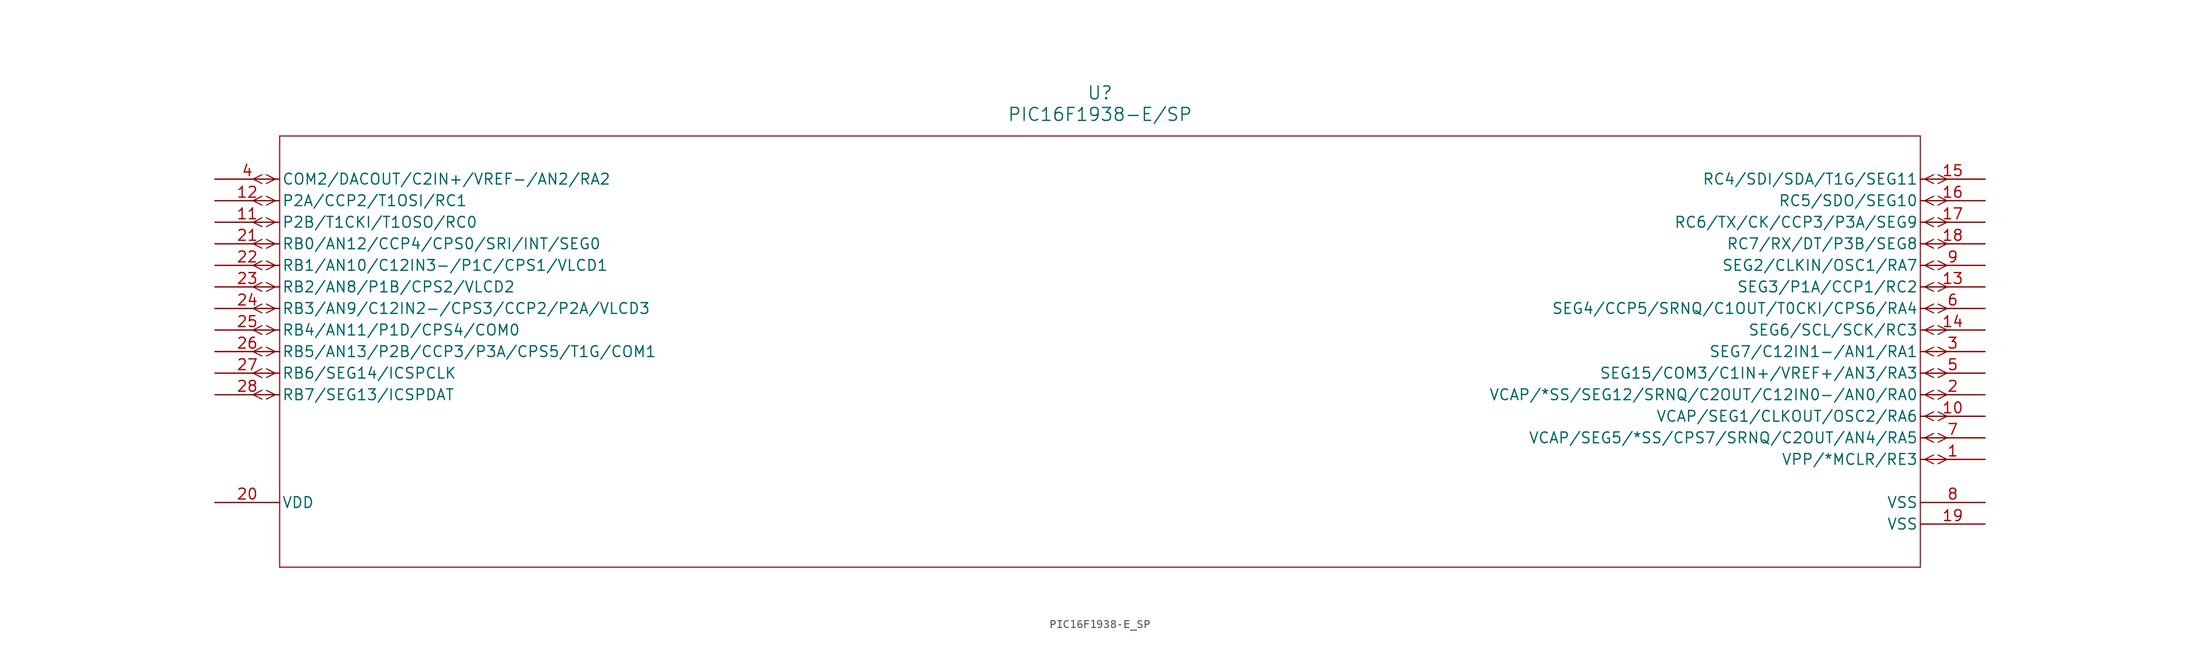
<source format=kicad_sym>
(kicad_symbol_lib
  (version 20211014)
  (generator kicad_symbol_editor)
  (symbol "PIC16F1938-E_SP"
    (pin_names
      (offset 0.254))
    (property "Reference" "U"
      (at 104.14 10.16 0)
      (effects (font (size 1.524 1.524))))
    (property "Value" "PIC16F1938-E/SP"
      (at 104.14 7.62 0)
      (effects (font (size 1.524 1.524))))
    (symbol "PIC16F1938-E_SP_0_1"
      (polyline (pts (xy 7.099 0) (xy 6.058 0.521)) (stroke (width 0.127) (type default) (color 0 0 0 0)) (fill (type none)))
      (polyline (pts (xy 7.099 0) (xy 6.058 -0.521)) (stroke (width 0.127) (type default) (color 0 0 0 0)) (fill (type none)))
      (polyline (pts (xy 5.537 0.521) (xy 4.496 0)) (stroke (width 0.127) (type default) (color 0 0 0 0)) (fill (type none)))
      (polyline (pts (xy 5.537 -0.521) (xy 4.496 0)) (stroke (width 0.127) (type default) (color 0 0 0 0)) (fill (type none)))
      (polyline (pts (xy 7.099 -2.54) (xy 6.058 -2.019)) (stroke (width 0.127) (type default) (color 0 0 0 0)) (fill (type none)))
      (polyline (pts (xy 7.099 -2.54) (xy 6.058 -3.061)) (stroke (width 0.127) (type default) (color 0 0 0 0)) (fill (type none)))
      (polyline (pts (xy 5.537 -2.019) (xy 4.496 -2.54)) (stroke (width 0.127) (type default) (color 0 0 0 0)) (fill (type none)))
      (polyline (pts (xy 5.537 -3.061) (xy 4.496 -2.54)) (stroke (width 0.127) (type default) (color 0 0 0 0)) (fill (type none)))
      (polyline (pts (xy 7.099 -5.08) (xy 6.058 -4.559)) (stroke (width 0.127) (type default) (color 0 0 0 0)) (fill (type none)))
      (polyline (pts (xy 7.099 -5.08) (xy 6.058 -5.601)) (stroke (width 0.127) (type default) (color 0 0 0 0)) (fill (type none)))
      (polyline (pts (xy 5.537 -4.559) (xy 4.496 -5.08)) (stroke (width 0.127) (type default) (color 0 0 0 0)) (fill (type none)))
      (polyline (pts (xy 5.537 -5.601) (xy 4.496 -5.08)) (stroke (width 0.127) (type default) (color 0 0 0 0)) (fill (type none)))
      (polyline (pts (xy 7.099 -7.62) (xy 6.058 -7.099)) (stroke (width 0.127) (type default) (color 0 0 0 0)) (fill (type none)))
      (polyline (pts (xy 7.099 -7.62) (xy 6.058 -8.141)) (stroke (width 0.127) (type default) (color 0 0 0 0)) (fill (type none)))
      (polyline (pts (xy 5.537 -7.099) (xy 4.496 -7.62)) (stroke (width 0.127) (type default) (color 0 0 0 0)) (fill (type none)))
      (polyline (pts (xy 5.537 -8.141) (xy 4.496 -7.62)) (stroke (width 0.127) (type default) (color 0 0 0 0)) (fill (type none)))
      (polyline (pts (xy 7.099 -10.16) (xy 6.058 -9.639)) (stroke (width 0.127) (type default) (color 0 0 0 0)) (fill (type none)))
      (polyline (pts (xy 7.099 -10.16) (xy 6.058 -10.681)) (stroke (width 0.127) (type default) (color 0 0 0 0)) (fill (type none)))
      (polyline (pts (xy 5.537 -9.639) (xy 4.496 -10.16)) (stroke (width 0.127) (type default) (color 0 0 0 0)) (fill (type none)))
      (polyline (pts (xy 5.537 -10.681) (xy 4.496 -10.16)) (stroke (width 0.127) (type default) (color 0 0 0 0)) (fill (type none)))
      (polyline (pts (xy 7.099 -12.7) (xy 6.058 -12.179)) (stroke (width 0.127) (type default) (color 0 0 0 0)) (fill (type none)))
      (polyline (pts (xy 7.099 -12.7) (xy 6.058 -13.221)) (stroke (width 0.127) (type default) (color 0 0 0 0)) (fill (type none)))
      (polyline (pts (xy 5.537 -12.179) (xy 4.496 -12.7)) (stroke (width 0.127) (type default) (color 0 0 0 0)) (fill (type none)))
      (polyline (pts (xy 5.537 -13.221) (xy 4.496 -12.7)) (stroke (width 0.127) (type default) (color 0 0 0 0)) (fill (type none)))
      (polyline (pts (xy 7.099 -15.24) (xy 6.058 -14.719)) (stroke (width 0.127) (type default) (color 0 0 0 0)) (fill (type none)))
      (polyline (pts (xy 7.099 -15.24) (xy 6.058 -15.761)) (stroke (width 0.127) (type default) (color 0 0 0 0)) (fill (type none)))
      (polyline (pts (xy 5.537 -14.719) (xy 4.496 -15.24)) (stroke (width 0.127) (type default) (color 0 0 0 0)) (fill (type none)))
      (polyline (pts (xy 5.537 -15.761) (xy 4.496 -15.24)) (stroke (width 0.127) (type default) (color 0 0 0 0)) (fill (type none)))
      (polyline (pts (xy 7.099 -17.78) (xy 6.058 -17.259)) (stroke (width 0.127) (type default) (color 0 0 0 0)) (fill (type none)))
      (polyline (pts (xy 7.099 -17.78) (xy 6.058 -18.301)) (stroke (width 0.127) (type default) (color 0 0 0 0)) (fill (type none)))
      (polyline (pts (xy 5.537 -17.259) (xy 4.496 -17.78)) (stroke (width 0.127) (type default) (color 0 0 0 0)) (fill (type none)))
      (polyline (pts (xy 5.537 -18.301) (xy 4.496 -17.78)) (stroke (width 0.127) (type default) (color 0 0 0 0)) (fill (type none)))
      (polyline (pts (xy 7.099 -20.32) (xy 6.058 -19.799)) (stroke (width 0.127) (type default) (color 0 0 0 0)) (fill (type none)))
      (polyline (pts (xy 7.099 -20.32) (xy 6.058 -20.841)) (stroke (width 0.127) (type default) (color 0 0 0 0)) (fill (type none)))
      (polyline (pts (xy 5.537 -19.799) (xy 4.496 -20.32)) (stroke (width 0.127) (type default) (color 0 0 0 0)) (fill (type none)))
      (polyline (pts (xy 5.537 -20.841) (xy 4.496 -20.32)) (stroke (width 0.127) (type default) (color 0 0 0 0)) (fill (type none)))
      (polyline (pts (xy 7.099 -22.86) (xy 6.058 -22.339)) (stroke (width 0.127) (type default) (color 0 0 0 0)) (fill (type none)))
      (polyline (pts (xy 7.099 -22.86) (xy 6.058 -23.381)) (stroke (width 0.127) (type default) (color 0 0 0 0)) (fill (type none)))
      (polyline (pts (xy 5.537 -22.339) (xy 4.496 -22.86)) (stroke (width 0.127) (type default) (color 0 0 0 0)) (fill (type none)))
      (polyline (pts (xy 5.537 -23.381) (xy 4.496 -22.86)) (stroke (width 0.127) (type default) (color 0 0 0 0)) (fill (type none)))
      (polyline (pts (xy 7.099 -25.4) (xy 6.058 -24.879)) (stroke (width 0.127) (type default) (color 0 0 0 0)) (fill (type none)))
      (polyline (pts (xy 7.099 -25.4) (xy 6.058 -25.921)) (stroke (width 0.127) (type default) (color 0 0 0 0)) (fill (type none)))
      (polyline (pts (xy 5.537 -24.879) (xy 4.496 -25.4)) (stroke (width 0.127) (type default) (color 0 0 0 0)) (fill (type none)))
      (polyline (pts (xy 5.537 -25.921) (xy 4.496 -25.4)) (stroke (width 0.127) (type default) (color 0 0 0 0)) (fill (type none)))
      (polyline (pts (xy 201.181 0) (xy 202.222 0.521)) (stroke (width 0.127) (type default) (color 0 0 0 0)) (fill (type none)))
      (polyline (pts (xy 201.181 0) (xy 202.222 -0.521)) (stroke (width 0.127) (type default) (color 0 0 0 0)) (fill (type none)))
      (polyline (pts (xy 202.743 0.521) (xy 203.784 0)) (stroke (width 0.127) (type default) (color 0 0 0 0)) (fill (type none)))
      (polyline (pts (xy 202.743 -0.521) (xy 203.784 0)) (stroke (width 0.127) (type default) (color 0 0 0 0)) (fill (type none)))
      (polyline (pts (xy 201.181 -2.54) (xy 202.222 -2.019)) (stroke (width 0.127) (type default) (color 0 0 0 0)) (fill (type none)))
      (polyline (pts (xy 201.181 -2.54) (xy 202.222 -3.061)) (stroke (width 0.127) (type default) (color 0 0 0 0)) (fill (type none)))
      (polyline (pts (xy 202.743 -2.019) (xy 203.784 -2.54)) (stroke (width 0.127) (type default) (color 0 0 0 0)) (fill (type none)))
      (polyline (pts (xy 202.743 -3.061) (xy 203.784 -2.54)) (stroke (width 0.127) (type default) (color 0 0 0 0)) (fill (type none)))
      (polyline (pts (xy 201.181 -5.08) (xy 202.222 -4.559)) (stroke (width 0.127) (type default) (color 0 0 0 0)) (fill (type none)))
      (polyline (pts (xy 201.181 -5.08) (xy 202.222 -5.601)) (stroke (width 0.127) (type default) (color 0 0 0 0)) (fill (type none)))
      (polyline (pts (xy 202.743 -4.559) (xy 203.784 -5.08)) (stroke (width 0.127) (type default) (color 0 0 0 0)) (fill (type none)))
      (polyline (pts (xy 202.743 -5.601) (xy 203.784 -5.08)) (stroke (width 0.127) (type default) (color 0 0 0 0)) (fill (type none)))
      (polyline (pts (xy 201.181 -7.62) (xy 202.222 -7.099)) (stroke (width 0.127) (type default) (color 0 0 0 0)) (fill (type none)))
      (polyline (pts (xy 201.181 -7.62) (xy 202.222 -8.141)) (stroke (width 0.127) (type default) (color 0 0 0 0)) (fill (type none)))
      (polyline (pts (xy 202.743 -7.099) (xy 203.784 -7.62)) (stroke (width 0.127) (type default) (color 0 0 0 0)) (fill (type none)))
      (polyline (pts (xy 202.743 -8.141) (xy 203.784 -7.62)) (stroke (width 0.127) (type default) (color 0 0 0 0)) (fill (type none)))
      (polyline (pts (xy 201.181 -10.16) (xy 202.222 -9.639)) (stroke (width 0.127) (type default) (color 0 0 0 0)) (fill (type none)))
      (polyline (pts (xy 201.181 -10.16) (xy 202.222 -10.681)) (stroke (width 0.127) (type default) (color 0 0 0 0)) (fill (type none)))
      (polyline (pts (xy 202.743 -9.639) (xy 203.784 -10.16)) (stroke (width 0.127) (type default) (color 0 0 0 0)) (fill (type none)))
      (polyline (pts (xy 202.743 -10.681) (xy 203.784 -10.16)) (stroke (width 0.127) (type default) (color 0 0 0 0)) (fill (type none)))
      (polyline (pts (xy 201.181 -12.7) (xy 202.222 -12.179)) (stroke (width 0.127) (type default) (color 0 0 0 0)) (fill (type none)))
      (polyline (pts (xy 201.181 -12.7) (xy 202.222 -13.221)) (stroke (width 0.127) (type default) (color 0 0 0 0)) (fill (type none)))
      (polyline (pts (xy 202.743 -12.179) (xy 203.784 -12.7)) (stroke (width 0.127) (type default) (color 0 0 0 0)) (fill (type none)))
      (polyline (pts (xy 202.743 -13.221) (xy 203.784 -12.7)) (stroke (width 0.127) (type default) (color 0 0 0 0)) (fill (type none)))
      (polyline (pts (xy 201.181 -15.24) (xy 202.222 -14.719)) (stroke (width 0.127) (type default) (color 0 0 0 0)) (fill (type none)))
      (polyline (pts (xy 201.181 -15.24) (xy 202.222 -15.761)) (stroke (width 0.127) (type default) (color 0 0 0 0)) (fill (type none)))
      (polyline (pts (xy 202.743 -14.719) (xy 203.784 -15.24)) (stroke (width 0.127) (type default) (color 0 0 0 0)) (fill (type none)))
      (polyline (pts (xy 202.743 -15.761) (xy 203.784 -15.24)) (stroke (width 0.127) (type default) (color 0 0 0 0)) (fill (type none)))
      (polyline (pts (xy 201.181 -17.78) (xy 202.222 -17.259)) (stroke (width 0.127) (type default) (color 0 0 0 0)) (fill (type none)))
      (polyline (pts (xy 201.181 -17.78) (xy 202.222 -18.301)) (stroke (width 0.127) (type default) (color 0 0 0 0)) (fill (type none)))
      (polyline (pts (xy 202.743 -17.259) (xy 203.784 -17.78)) (stroke (width 0.127) (type default) (color 0 0 0 0)) (fill (type none)))
      (polyline (pts (xy 202.743 -18.301) (xy 203.784 -17.78)) (stroke (width 0.127) (type default) (color 0 0 0 0)) (fill (type none)))
      (polyline (pts (xy 201.181 -20.32) (xy 202.222 -19.799)) (stroke (width 0.127) (type default) (color 0 0 0 0)) (fill (type none)))
      (polyline (pts (xy 201.181 -20.32) (xy 202.222 -20.841)) (stroke (width 0.127) (type default) (color 0 0 0 0)) (fill (type none)))
      (polyline (pts (xy 202.743 -19.799) (xy 203.784 -20.32)) (stroke (width 0.127) (type default) (color 0 0 0 0)) (fill (type none)))
      (polyline (pts (xy 202.743 -20.841) (xy 203.784 -20.32)) (stroke (width 0.127) (type default) (color 0 0 0 0)) (fill (type none)))
      (polyline (pts (xy 201.181 -22.86) (xy 202.222 -22.339)) (stroke (width 0.127) (type default) (color 0 0 0 0)) (fill (type none)))
      (polyline (pts (xy 201.181 -22.86) (xy 202.222 -23.381)) (stroke (width 0.127) (type default) (color 0 0 0 0)) (fill (type none)))
      (polyline (pts (xy 202.743 -22.339) (xy 203.784 -22.86)) (stroke (width 0.127) (type default) (color 0 0 0 0)) (fill (type none)))
      (polyline (pts (xy 202.743 -23.381) (xy 203.784 -22.86)) (stroke (width 0.127) (type default) (color 0 0 0 0)) (fill (type none)))
      (polyline (pts (xy 201.181 -25.4) (xy 202.222 -24.879)) (stroke (width 0.127) (type default) (color 0 0 0 0)) (fill (type none)))
      (polyline (pts (xy 201.181 -25.4) (xy 202.222 -25.921)) (stroke (width 0.127) (type default) (color 0 0 0 0)) (fill (type none)))
      (polyline (pts (xy 202.743 -24.879) (xy 203.784 -25.4)) (stroke (width 0.127) (type default) (color 0 0 0 0)) (fill (type none)))
      (polyline (pts (xy 202.743 -25.921) (xy 203.784 -25.4)) (stroke (width 0.127) (type default) (color 0 0 0 0)) (fill (type none)))
      (polyline (pts (xy 201.181 -27.94) (xy 202.222 -27.419)) (stroke (width 0.127) (type default) (color 0 0 0 0)) (fill (type none)))
      (polyline (pts (xy 201.181 -27.94) (xy 202.222 -28.461)) (stroke (width 0.127) (type default) (color 0 0 0 0)) (fill (type none)))
      (polyline (pts (xy 202.743 -27.419) (xy 203.784 -27.94)) (stroke (width 0.127) (type default) (color 0 0 0 0)) (fill (type none)))
      (polyline (pts (xy 202.743 -28.461) (xy 203.784 -27.94)) (stroke (width 0.127) (type default) (color 0 0 0 0)) (fill (type none)))
      (polyline (pts (xy 201.181 -30.48) (xy 202.222 -29.959)) (stroke (width 0.127) (type default) (color 0 0 0 0)) (fill (type none)))
      (polyline (pts (xy 201.181 -30.48) (xy 202.222 -31.001)) (stroke (width 0.127) (type default) (color 0 0 0 0)) (fill (type none)))
      (polyline (pts (xy 202.743 -29.959) (xy 203.784 -30.48)) (stroke (width 0.127) (type default) (color 0 0 0 0)) (fill (type none)))
      (polyline (pts (xy 202.743 -31.001) (xy 203.784 -30.48)) (stroke (width 0.127) (type default) (color 0 0 0 0)) (fill (type none)))
      (polyline (pts (xy 201.181 -33.02) (xy 202.222 -32.499)) (stroke (width 0.127) (type default) (color 0 0 0 0)) (fill (type none)))
      (polyline (pts (xy 201.181 -33.02) (xy 202.222 -33.541)) (stroke (width 0.127) (type default) (color 0 0 0 0)) (fill (type none)))
      (polyline (pts (xy 202.743 -32.499) (xy 203.784 -33.02)) (stroke (width 0.127) (type default) (color 0 0 0 0)) (fill (type none)))
      (polyline (pts (xy 202.743 -33.541) (xy 203.784 -33.02)) (stroke (width 0.127) (type default) (color 0 0 0 0)) (fill (type none)))
      (polyline (pts (xy 7.62 5.08) (xy 7.62 -45.72)) (stroke (width 0.127) (type default) (color 0 0 0 0)) (fill (type none)))
      (polyline (pts (xy 7.62 -45.72) (xy 200.66 -45.72)) (stroke (width 0.127) (type default) (color 0 0 0 0)) (fill (type none)))
      (polyline (pts (xy 200.66 -45.72) (xy 200.66 5.08)) (stroke (width 0.127) (type default) (color 0 0 0 0)) (fill (type none)))
      (polyline (pts (xy 200.66 5.08) (xy 7.62 5.08)) (stroke (width 0.127) (type default) (color 0 0 0 0)) (fill (type none)))
      (pin bidirectional line (at 0 0 0) (length 7.62) (name "COM2/DACOUT/C2IN+/VREF-/AN2/RA2" (effects (font (size 1.27 1.27)))) (number "4" (effects (font (size 1.27 1.27)))))
      (pin bidirectional line (at 0 -2.54 0) (length 7.62) (name "P2A/CCP2/T1OSI/RC1" (effects (font (size 1.27 1.27)))) (number "12" (effects (font (size 1.27 1.27)))))
      (pin bidirectional line (at 0 -5.08 0) (length 7.62) (name "P2B/T1CKI/T1OSO/RC0" (effects (font (size 1.27 1.27)))) (number "11" (effects (font (size 1.27 1.27)))))
      (pin bidirectional line (at 0 -7.62 0) (length 7.62) (name "RB0/AN12/CCP4/CPS0/SRI/INT/SEG0" (effects (font (size 1.27 1.27)))) (number "21" (effects (font (size 1.27 1.27)))))
      (pin bidirectional line (at 0 -10.16 0) (length 7.62) (name "RB1/AN10/C12IN3-/P1C/CPS1/VLCD1" (effects (font (size 1.27 1.27)))) (number "22" (effects (font (size 1.27 1.27)))))
      (pin bidirectional line (at 0 -12.7 0) (length 7.62) (name "RB2/AN8/P1B/CPS2/VLCD2" (effects (font (size 1.27 1.27)))) (number "23" (effects (font (size 1.27 1.27)))))
      (pin bidirectional line (at 0 -15.24 0) (length 7.62) (name "RB3/AN9/C12IN2-/CPS3/CCP2/P2A/VLCD3" (effects (font (size 1.27 1.27)))) (number "24" (effects (font (size 1.27 1.27)))))
      (pin bidirectional line (at 0 -17.78 0) (length 7.62) (name "RB4/AN11/P1D/CPS4/COM0" (effects (font (size 1.27 1.27)))) (number "25" (effects (font (size 1.27 1.27)))))
      (pin bidirectional line (at 0 -20.32 0) (length 7.62) (name "RB5/AN13/P2B/CCP3/P3A/CPS5/T1G/COM1" (effects (font (size 1.27 1.27)))) (number "26" (effects (font (size 1.27 1.27)))))
      (pin bidirectional line (at 0 -22.86 0) (length 7.62) (name "RB6/SEG14/ICSPCLK" (effects (font (size 1.27 1.27)))) (number "27" (effects (font (size 1.27 1.27)))))
      (pin bidirectional line (at 0 -25.4 0) (length 7.62) (name "RB7/SEG13/ICSPDAT" (effects (font (size 1.27 1.27)))) (number "28" (effects (font (size 1.27 1.27)))))
      (pin bidirectional line (at 208.28 0 180) (length 7.62) (name "RC4/SDI/SDA/T1G/SEG11" (effects (font (size 1.27 1.27)))) (number "15" (effects (font (size 1.27 1.27)))))
      (pin bidirectional line (at 208.28 -2.54 180) (length 7.62) (name "RC5/SDO/SEG10" (effects (font (size 1.27 1.27)))) (number "16" (effects (font (size 1.27 1.27)))))
      (pin bidirectional line (at 208.28 -5.08 180) (length 7.62) (name "RC6/TX/CK/CCP3/P3A/SEG9" (effects (font (size 1.27 1.27)))) (number "17" (effects (font (size 1.27 1.27)))))
      (pin bidirectional line (at 208.28 -7.62 180) (length 7.62) (name "RC7/RX/DT/P3B/SEG8" (effects (font (size 1.27 1.27)))) (number "18" (effects (font (size 1.27 1.27)))))
      (pin bidirectional line (at 208.28 -22.86 180) (length 7.62) (name "SEG15/COM3/C1IN+/VREF+/AN3/RA3" (effects (font (size 1.27 1.27)))) (number "5" (effects (font (size 1.27 1.27)))))
      (pin bidirectional line (at 208.28 -10.16 180) (length 7.62) (name "SEG2/CLKIN/OSC1/RA7" (effects (font (size 1.27 1.27)))) (number "9" (effects (font (size 1.27 1.27)))))
      (pin bidirectional line (at 208.28 -12.7 180) (length 7.62) (name "SEG3/P1A/CCP1/RC2" (effects (font (size 1.27 1.27)))) (number "13" (effects (font (size 1.27 1.27)))))
      (pin bidirectional line (at 208.28 -15.24 180) (length 7.62) (name "SEG4/CCP5/SRNQ/C1OUT/T0CKI/CPS6/RA4" (effects (font (size 1.27 1.27)))) (number "6" (effects (font (size 1.27 1.27)))))
      (pin bidirectional line (at 208.28 -17.78 180) (length 7.62) (name "SEG6/SCL/SCK/RC3" (effects (font (size 1.27 1.27)))) (number "14" (effects (font (size 1.27 1.27)))))
      (pin bidirectional line (at 208.28 -20.32 180) (length 7.62) (name "SEG7/C12IN1-/AN1/RA1" (effects (font (size 1.27 1.27)))) (number "3" (effects (font (size 1.27 1.27)))))
      (pin bidirectional line (at 208.28 -25.4 180) (length 7.62) (name "VCAP/*SS/SEG12/SRNQ/C2OUT/C12IN0-/AN0/RA0" (effects (font (size 1.27 1.27)))) (number "2" (effects (font (size 1.27 1.27)))))
      (pin bidirectional line (at 208.28 -27.94 180) (length 7.62) (name "VCAP/SEG1/CLKOUT/OSC2/RA6" (effects (font (size 1.27 1.27)))) (number "10" (effects (font (size 1.27 1.27)))))
      (pin bidirectional line (at 208.28 -30.48 180) (length 7.62) (name "VCAP/SEG5/*SS/CPS7/SRNQ/C2OUT/AN4/RA5" (effects (font (size 1.27 1.27)))) (number "7" (effects (font (size 1.27 1.27)))))
      (pin power_in line (at 0 -38.1 0) (length 7.62) (name "VDD" (effects (font (size 1.27 1.27)))) (number "20" (effects (font (size 1.27 1.27)))))
      (pin bidirectional line (at 208.28 -33.02 180) (length 7.62) (name "VPP/*MCLR/RE3" (effects (font (size 1.27 1.27)))) (number "1" (effects (font (size 1.27 1.27)))))
      (pin power_in line (at 208.28 -38.1 180) (length 7.62) (name "VSS" (effects (font (size 1.27 1.27)))) (number "8" (effects (font (size 1.27 1.27)))))
      (pin power_in line (at 208.28 -40.64 180) (length 7.62) (name "VSS" (effects (font (size 1.27 1.27)))) (number "19" (effects (font (size 1.27 1.27))))))))
</source>
